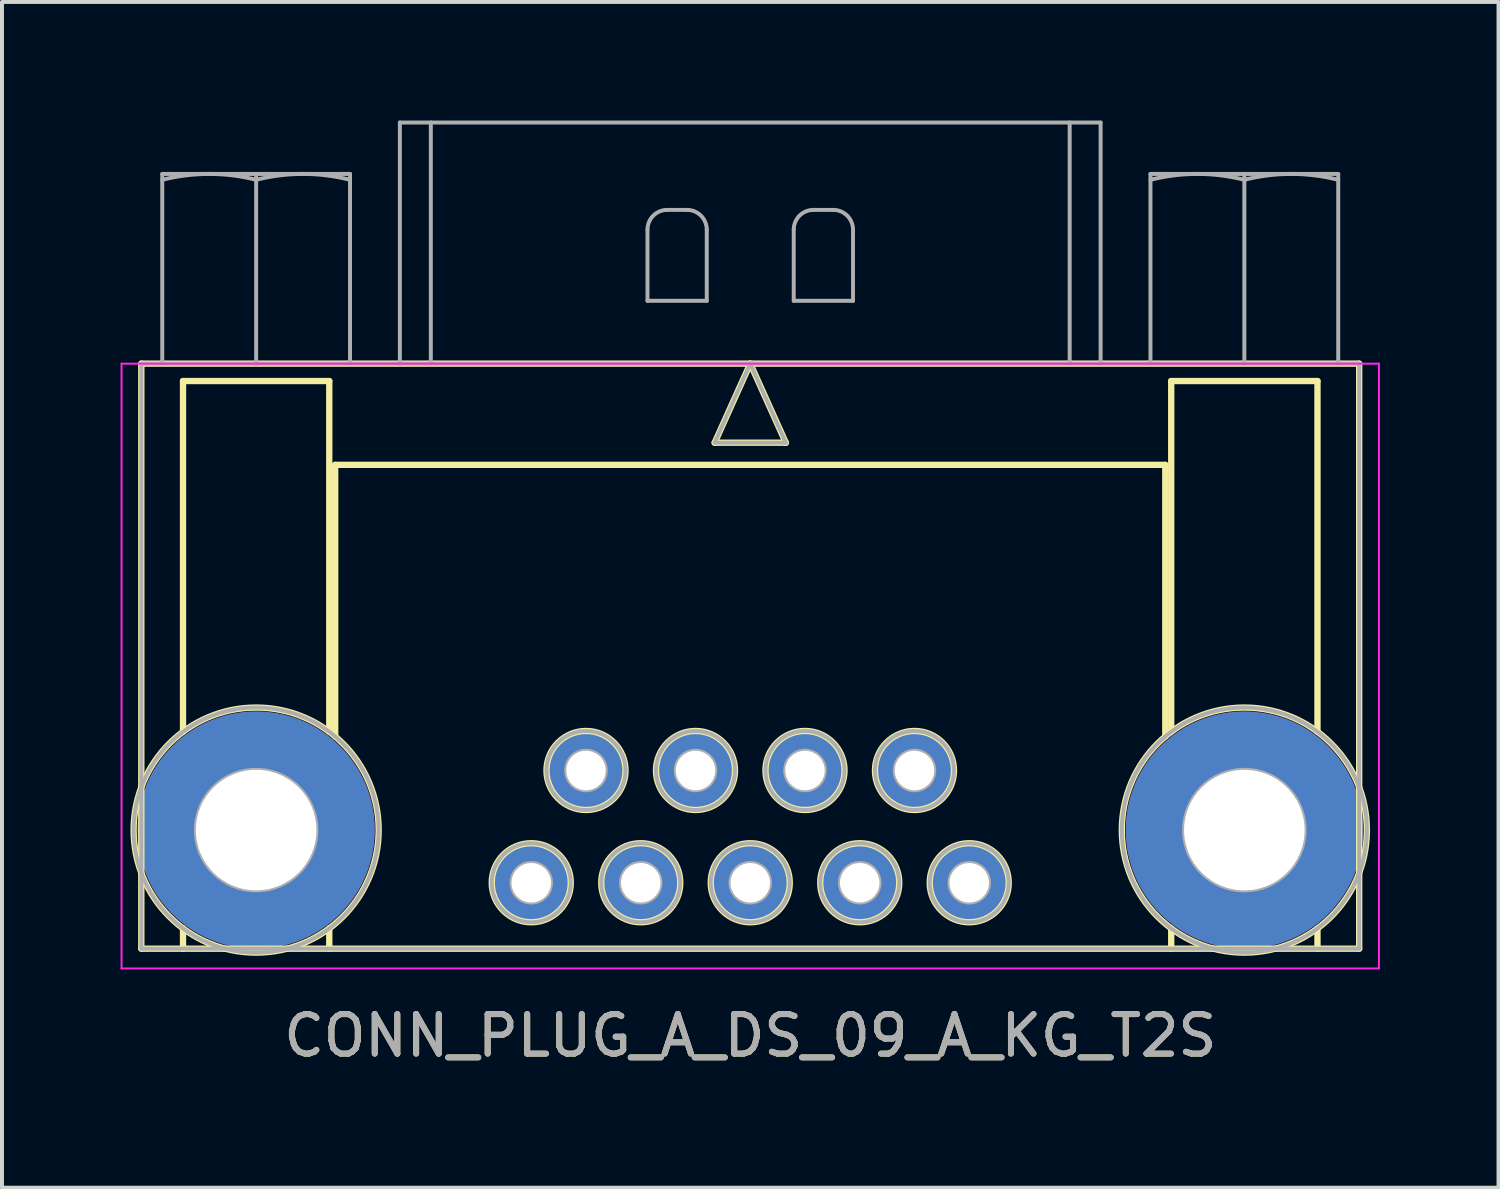
<source format=kicad_pcb>
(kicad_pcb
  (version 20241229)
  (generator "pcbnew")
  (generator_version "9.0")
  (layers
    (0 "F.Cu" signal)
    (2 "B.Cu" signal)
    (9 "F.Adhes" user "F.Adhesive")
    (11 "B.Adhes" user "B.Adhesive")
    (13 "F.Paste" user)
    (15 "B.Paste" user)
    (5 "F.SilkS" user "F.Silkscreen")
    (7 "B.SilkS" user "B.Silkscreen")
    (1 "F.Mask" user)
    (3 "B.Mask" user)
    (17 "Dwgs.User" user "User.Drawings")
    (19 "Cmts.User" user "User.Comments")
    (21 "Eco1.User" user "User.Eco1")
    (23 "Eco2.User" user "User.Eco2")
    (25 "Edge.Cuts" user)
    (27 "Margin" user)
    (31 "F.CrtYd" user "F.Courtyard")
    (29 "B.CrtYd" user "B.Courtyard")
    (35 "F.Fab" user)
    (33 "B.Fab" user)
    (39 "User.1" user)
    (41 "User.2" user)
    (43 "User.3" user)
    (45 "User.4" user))
  (footprint "CONN_PLUG_A_DS_09_A_KG_T2S"
    (layer "F.Cu")
    (at 15.93 19.283)
    (property "Reference" "CONN_PLUG_A_DS_09_A_KG_T2S" (at 0 3.867 180) (layer "F.SilkS") (effects (font (size 1 1) (thickness 0.15))))
    (attr through_hole)
    (fp_line (start -15.405 -13.133) (end 15.405 -13.133) (stroke (width 0.16) (type solid)) (layer "F.SilkS"))
    (fp_line (start -15.405 1.667) (end -15.405 -13.133) (stroke (width 0.16) (type solid)) (layer "F.SilkS"))
    (fp_line (start -14.35 -12.693) (end -14.35 -3.82) (stroke (width 0.16) (type solid)) (layer "F.SilkS"))
    (fp_line (start -14.35 1.667) (end -14.35 1.154) (stroke (width 0.16) (type solid)) (layer "F.SilkS"))
    (fp_line (start -10.65 -12.693) (end -14.35 -12.693) (stroke (width 0.16) (type solid)) (layer "F.SilkS"))
    (fp_line (start -10.65 -3.82) (end -10.65 -12.693) (stroke (width 0.16) (type solid)) (layer "F.SilkS"))
    (fp_line (start -10.65 1.667) (end -10.65 1.154) (stroke (width 0.16) (type solid)) (layer "F.SilkS"))
    (fp_line (start -10.5 -10.573) (end -10.5 -3.702) (stroke (width 0.16) (type solid)) (layer "F.SilkS"))
    (fp_line (start -0.9 -11.133) (end 0.9 -11.133) (stroke (width 0.16) (type solid)) (layer "F.SilkS"))
    (fp_line (start 0 -13.133) (end -0.9 -11.133) (stroke (width 0.16) (type solid)) (layer "F.SilkS"))
    (fp_line (start 0.9 -11.133) (end 0 -13.133) (stroke (width 0.16) (type solid)) (layer "F.SilkS"))
    (fp_line (start 10.5 -10.573) (end -10.5 -10.573) (stroke (width 0.16) (type solid)) (layer "F.SilkS"))
    (fp_line (start 10.5 -3.702) (end 10.5 -10.573) (stroke (width 0.16) (type solid)) (layer "F.SilkS"))
    (fp_line (start 10.65 -12.693) (end 14.35 -12.693) (stroke (width 0.16) (type solid)) (layer "F.SilkS"))
    (fp_line (start 10.65 -3.82) (end 10.65 -12.693) (stroke (width 0.16) (type solid)) (layer "F.SilkS"))
    (fp_line (start 10.65 1.667) (end 10.65 1.154) (stroke (width 0.16) (type solid)) (layer "F.SilkS"))
    (fp_line (start 14.35 -12.693) (end 14.35 -3.82) (stroke (width 0.16) (type solid)) (layer "F.SilkS"))
    (fp_line (start 14.35 1.667) (end 14.35 1.154) (stroke (width 0.16) (type solid)) (layer "F.SilkS"))
    (fp_line (start 15.405 -13.133) (end 15.405 1.667) (stroke (width 0.16) (type solid)) (layer "F.SilkS"))
    (fp_line (start 15.405 1.667) (end -15.405 1.667) (stroke (width 0.16) (type solid)) (layer "F.SilkS"))
    (fp_circle (center -12.5 -1.333) (end -9.4 -1.333) (stroke (width 0.16) (type solid)) (fill no) (layer "F.SilkS"))
    (fp_circle (center -5.54 -0.001) (end -4.54 -0.001) (stroke (width 0.16) (type solid)) (fill no) (layer "F.SilkS"))
    (fp_circle (center -4.155 -2.841) (end -3.155 -2.841) (stroke (width 0.16) (type solid)) (fill no) (layer "F.SilkS"))
    (fp_circle (center -2.77 -0.001) (end -1.77 -0.001) (stroke (width 0.16) (type solid)) (fill no) (layer "F.SilkS"))
    (fp_circle (center -1.385 -2.841) (end -0.385 -2.841) (stroke (width 0.16) (type solid)) (fill no) (layer "F.SilkS"))
    (fp_circle (center -0.000003 -0.001) (end 1 -0.001) (stroke (width 0.16) (type solid)) (fill no) (layer "F.SilkS"))
    (fp_circle (center 1.385 -2.841) (end 2.385 -2.841) (stroke (width 0.16) (type solid)) (fill no) (layer "F.SilkS"))
    (fp_circle (center 2.77 -0.001) (end 3.77 -0.001) (stroke (width 0.16) (type solid)) (fill no) (layer "F.SilkS"))
    (fp_circle (center 4.155 -2.841) (end 5.155 -2.841) (stroke (width 0.16) (type solid)) (fill no) (layer "F.SilkS"))
    (fp_circle (center 5.54 -0.001) (end 6.54 -0.001) (stroke (width 0.16) (type solid)) (fill no) (layer "F.SilkS"))
    (fp_circle (center 12.5 -1.333) (end 15.6 -1.333) (stroke (width 0.16) (type solid)) (fill no) (layer "F.SilkS"))
    (fp_line (start -15.905 -13.133) (end -15.905 2.167) (stroke (width 0.05) (type solid)) (layer "F.CrtYd"))
    (fp_line (start -15.905 2.167) (end 15.905 2.167) (stroke (width 0.05) (type solid)) (layer "F.CrtYd"))
    (fp_line (start 15.905 -13.133) (end -15.905 -13.133) (stroke (width 0.05) (type solid)) (layer "F.CrtYd"))
    (fp_line (start 15.905 2.167) (end 15.905 -13.133) (stroke (width 0.05) (type solid)) (layer "F.CrtYd"))
    (fp_line (start -15.405 -13.133) (end 15.405 -13.133) (stroke (width 0.1) (type solid)) (layer "F.Fab"))
    (fp_line (start -15.405 1.667) (end -15.405 -13.133) (stroke (width 0.1) (type solid)) (layer "F.Fab"))
    (fp_line (start -14.875 -17.933) (end -14.875 -13.133) (stroke (width 0.1) (type solid)) (layer "F.Fab"))
    (fp_line (start -12.5 -17.933) (end -12.5 -13.133) (stroke (width 0.1) (type solid)) (layer "F.Fab"))
    (fp_line (start -10.125 -17.933) (end -14.875 -17.933) (stroke (width 0.1) (type solid)) (layer "F.Fab"))
    (fp_line (start -10.125 -17.933) (end -10.125 -13.133) (stroke (width 0.1) (type solid)) (layer "F.Fab"))
    (fp_line (start -8.864 -19.233) (end -8.864 -13.133) (stroke (width 0.1) (type solid)) (layer "F.Fab"))
    (fp_line (start -8.081 -19.233) (end -8.081 -13.133) (stroke (width 0.1) (type solid)) (layer "F.Fab"))
    (fp_line (start -2.6 -14.723) (end -2.6 -16.523) (stroke (width 0.1) (type solid)) (layer "F.Fab"))
    (fp_line (start -2.1 -17.023) (end -1.6 -17.023) (stroke (width 0.1) (type solid)) (layer "F.Fab"))
    (fp_line (start -1.1 -16.523) (end -1.1 -14.723) (stroke (width 0.1) (type solid)) (layer "F.Fab"))
    (fp_line (start -1.1 -14.723) (end -2.6 -14.723) (stroke (width 0.1) (type solid)) (layer "F.Fab"))
    (fp_line (start -0.9 -11.133) (end 0.9 -11.133) (stroke (width 0.1) (type solid)) (layer "F.Fab"))
    (fp_line (start 0 -13.133) (end -0.9 -11.133) (stroke (width 0.1) (type solid)) (layer "F.Fab"))
    (fp_line (start 0.9 -11.133) (end 0 -13.133) (stroke (width 0.1) (type solid)) (layer "F.Fab"))
    (fp_line (start 1.1 -14.723) (end 1.1 -16.523) (stroke (width 0.1) (type solid)) (layer "F.Fab"))
    (fp_line (start 1.6 -17.023) (end 2.1 -17.023) (stroke (width 0.1) (type solid)) (layer "F.Fab"))
    (fp_line (start 2.6 -16.523) (end 2.6 -14.723) (stroke (width 0.1) (type solid)) (layer "F.Fab"))
    (fp_line (start 2.6 -14.723) (end 1.1 -14.723) (stroke (width 0.1) (type solid)) (layer "F.Fab"))
    (fp_line (start 8.081 -19.233) (end 8.081 -13.133) (stroke (width 0.1) (type solid)) (layer "F.Fab"))
    (fp_line (start 8.864 -19.233) (end -8.864 -19.233) (stroke (width 0.1) (type solid)) (layer "F.Fab"))
    (fp_line (start 8.864 -19.233) (end 8.864 -13.133) (stroke (width 0.1) (type solid)) (layer "F.Fab"))
    (fp_line (start 10.125 -17.933) (end 10.125 -13.133) (stroke (width 0.1) (type solid)) (layer "F.Fab"))
    (fp_line (start 12.5 -17.933) (end 12.5 -13.133) (stroke (width 0.1) (type solid)) (layer "F.Fab"))
    (fp_line (start 14.875 -17.933) (end 10.125 -17.933) (stroke (width 0.1) (type solid)) (layer "F.Fab"))
    (fp_line (start 14.875 -17.933) (end 14.875 -13.133) (stroke (width 0.1) (type solid)) (layer "F.Fab"))
    (fp_line (start 15.405 -13.133) (end 15.405 1.667) (stroke (width 0.1) (type solid)) (layer "F.Fab"))
    (fp_line (start 15.405 1.667) (end -15.405 1.667) (stroke (width 0.1) (type solid)) (layer "F.Fab"))
    (fp_arc (start -14.875 -17.783789) (mid -13.687501 -17.932999) (end -12.500001 -17.783789) (stroke (width 0.1) (type solid)) (layer "F.Fab"))
    (fp_arc (start -12.5 -17.783789) (mid -11.3125 -17.932999) (end -10.125 -17.783789) (stroke (width 0.1) (type solid)) (layer "F.Fab"))
    (fp_arc (start -2.600002 -16.523001) (mid -2.453555 -16.876554) (end -2.100002 -17.023001) (stroke (width 0.1) (type solid)) (layer "F.Fab"))
    (fp_arc (start -1.600001 -17.023001) (mid -1.246447 -16.876555) (end -1.100001 -16.523001) (stroke (width 0.1) (type solid)) (layer "F.Fab"))
    (fp_arc (start 1.099998 -16.523001) (mid 1.246445 -16.876554) (end 1.599998 -17.023001) (stroke (width 0.1) (type solid)) (layer "F.Fab"))
    (fp_arc (start 2.099999 -17.023001) (mid 2.453552 -16.876554) (end 2.599999 -16.523001) (stroke (width 0.1) (type solid)) (layer "F.Fab"))
    (fp_arc (start 10.125 -17.783789) (mid 11.3125 -17.932999) (end 12.499999 -17.783789) (stroke (width 0.1) (type solid)) (layer "F.Fab"))
    (fp_arc (start 12.5 -17.783789) (mid 13.6875 -17.932999) (end 14.875 -17.783789) (stroke (width 0.1) (type solid)) (layer "F.Fab"))
    (fp_circle (center -12.5 -1.333) (end -10.975 -1.333) (stroke (width 0.1) (type solid)) (fill no) (layer "F.Fab"))
    (fp_circle (center -12.5 -1.333) (end -9.4 -1.333) (stroke (width 0.1) (type solid)) (fill no) (layer "F.Fab"))
    (fp_circle (center -5.54 -0.001) (end -5.04 -0.001) (stroke (width 0.1) (type solid)) (fill no) (layer "F.Fab"))
    (fp_circle (center -5.54 -0.001) (end -4.54 -0.001) (stroke (width 0.1) (type solid)) (fill no) (layer "F.Fab"))
    (fp_circle (center -4.155 -2.841) (end -3.655 -2.841) (stroke (width 0.1) (type solid)) (fill no) (layer "F.Fab"))
    (fp_circle (center -4.155 -2.841) (end -3.155 -2.841) (stroke (width 0.1) (type solid)) (fill no) (layer "F.Fab"))
    (fp_circle (center -2.77 -0.001) (end -2.27 -0.001) (stroke (width 0.1) (type solid)) (fill no) (layer "F.Fab"))
    (fp_circle (center -2.77 -0.001) (end -1.77 -0.001) (stroke (width 0.1) (type solid)) (fill no) (layer "F.Fab"))
    (fp_circle (center -1.385 -2.841) (end -0.885 -2.841) (stroke (width 0.1) (type solid)) (fill no) (layer "F.Fab"))
    (fp_circle (center -1.385 -2.841) (end -0.385 -2.841) (stroke (width 0.1) (type solid)) (fill no) (layer "F.Fab"))
    (fp_circle (center -0.000003 -0.001) (end 0.5 -0.001) (stroke (width 0.1) (type solid)) (fill no) (layer "F.Fab"))
    (fp_circle (center -0.000003 -0.001) (end 1 -0.001) (stroke (width 0.1) (type solid)) (fill no) (layer "F.Fab"))
    (fp_circle (center 1.385 -2.841) (end 1.885 -2.841) (stroke (width 0.1) (type solid)) (fill no) (layer "F.Fab"))
    (fp_circle (center 1.385 -2.841) (end 2.385 -2.841) (stroke (width 0.1) (type solid)) (fill no) (layer "F.Fab"))
    (fp_circle (center 2.77 -0.001) (end 3.27 -0.001) (stroke (width 0.1) (type solid)) (fill no) (layer "F.Fab"))
    (fp_circle (center 2.77 -0.001) (end 3.77 -0.001) (stroke (width 0.1) (type solid)) (fill no) (layer "F.Fab"))
    (fp_circle (center 4.155 -2.841) (end 4.655 -2.841) (stroke (width 0.1) (type solid)) (fill no) (layer "F.Fab"))
    (fp_circle (center 4.155 -2.841) (end 5.155 -2.841) (stroke (width 0.1) (type solid)) (fill no) (layer "F.Fab"))
    (fp_circle (center 5.54 -0.001) (end 6.04 -0.001) (stroke (width 0.1) (type solid)) (fill no) (layer "F.Fab"))
    (fp_circle (center 5.54 -0.001) (end 6.54 -0.001) (stroke (width 0.1) (type solid)) (fill no) (layer "F.Fab"))
    (fp_circle (center 12.5 -1.333) (end 14.025 -1.333) (stroke (width 0.1) (type solid)) (fill no) (layer "F.Fab"))
    (fp_circle (center 12.5 -1.333) (end 15.6 -1.333) (stroke (width 0.1) (type solid)) (fill no) (layer "F.Fab"))
    (fp_text user "${REFERENCE}" (at 0 3.867 180) (layer "F.Fab") (effects (font (size 1 1) (thickness 0.15))))
    (pad "1" thru_hole circle (at 5.54 0 180) (size 2 2) (drill 1) (layers "*.Cu" "*.Mask"))
    (pad "2" thru_hole circle (at 2.77 0 180) (size 2 2) (drill 1) (layers "*.Cu" "*.Mask"))
    (pad "3" thru_hole circle (at 0 0 180) (size 2 2) (drill 1) (layers "*.Cu" "*.Mask"))
    (pad "4" thru_hole circle (at -2.77 0 180) (size 2 2) (drill 1) (layers "*.Cu" "*.Mask"))
    (pad "5" thru_hole circle (at -5.54 0 180) (size 2 2) (drill 1) (layers "*.Cu" "*.Mask"))
    (pad "6" thru_hole circle (at 4.155 -2.84 180) (size 2 2) (drill 1) (layers "*.Cu" "*.Mask"))
    (pad "7" thru_hole circle (at 1.385 -2.84 180) (size 2 2) (drill 1) (layers "*.Cu" "*.Mask"))
    (pad "8" thru_hole circle (at -1.385 -2.84 180) (size 2 2) (drill 1) (layers "*.Cu" "*.Mask"))
    (pad "9" thru_hole circle (at -4.155 -2.84 180) (size 2 2) (drill 1) (layers "*.Cu" "*.Mask"))
    (pad "10" thru_hole circle (at 12.5 -1.333 180) (size 6 6) (drill 3.05) (layers "*.Cu" "*.Mask"))
    (pad "11" thru_hole circle (at -12.5 -1.333 180) (size 6 6) (drill 3.05) (layers "*.Cu" "*.Mask")))
  (gr_rect
    (start -3 -3)
    (end 34.86 26.998)
    (stroke (width 0.1) (type default))
    (fill no)
    (layer "Edge.Cuts")))
</source>
